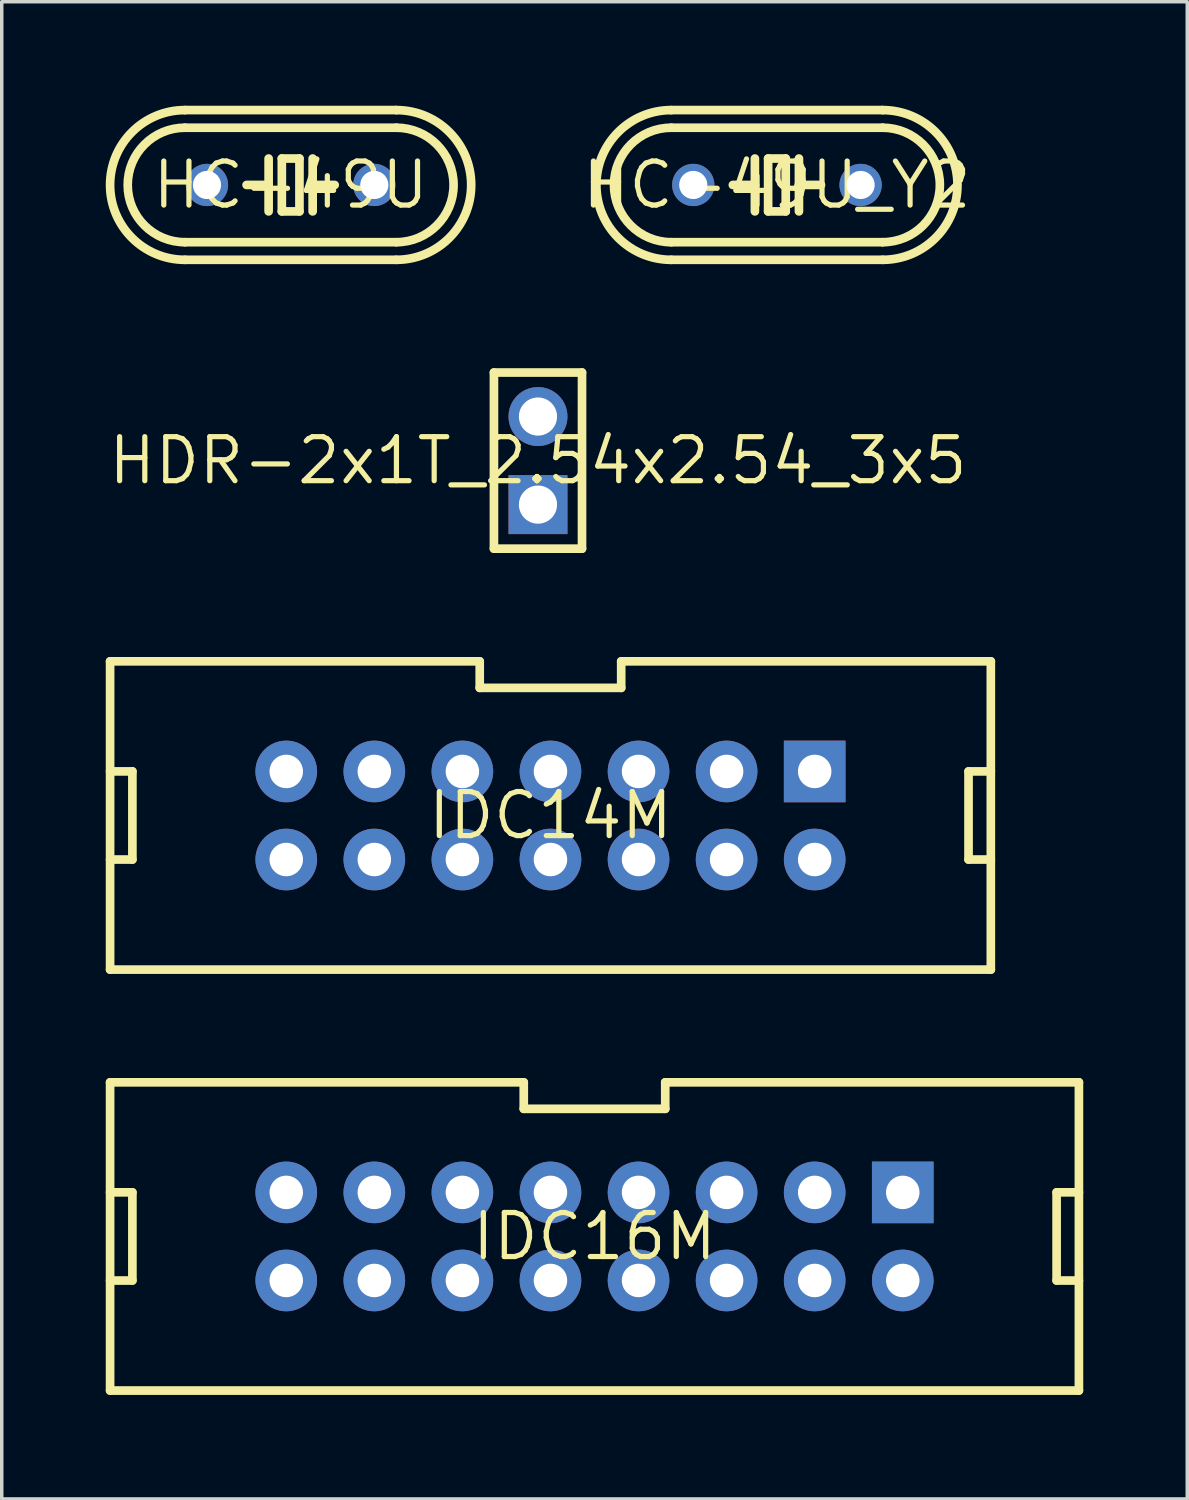
<source format=kicad_pcb>
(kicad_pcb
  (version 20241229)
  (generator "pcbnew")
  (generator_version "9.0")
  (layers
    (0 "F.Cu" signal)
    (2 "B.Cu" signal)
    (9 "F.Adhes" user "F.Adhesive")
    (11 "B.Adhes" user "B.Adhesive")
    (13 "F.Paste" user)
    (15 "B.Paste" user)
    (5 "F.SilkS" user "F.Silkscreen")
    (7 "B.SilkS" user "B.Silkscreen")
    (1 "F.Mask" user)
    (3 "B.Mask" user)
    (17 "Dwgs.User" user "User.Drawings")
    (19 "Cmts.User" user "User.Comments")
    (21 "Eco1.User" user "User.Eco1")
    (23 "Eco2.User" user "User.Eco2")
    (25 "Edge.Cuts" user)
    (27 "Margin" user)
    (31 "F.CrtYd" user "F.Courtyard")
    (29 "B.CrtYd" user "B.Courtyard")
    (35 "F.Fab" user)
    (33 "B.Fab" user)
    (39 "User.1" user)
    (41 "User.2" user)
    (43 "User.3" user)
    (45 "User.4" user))
  (footprint "HDR-2x1T_2.54x2.54_3x5"
    (layer "F.Cu")
    (at 12.465 10.233)
    (property "Reference" "HDR-2x1T_2.54x2.54_3x5" (at 0 0 0) (layer "F.SilkS") (effects (font (size 1.27 1.27) (thickness 0.15))))
    (fp_line (start -1.27 -2.54) (end 1.27 -2.54) (stroke (width 0.25) (type solid)) (layer "F.SilkS"))
    (fp_line (start -1.27 2.54) (end -1.27 -2.54) (stroke (width 0.25) (type solid)) (layer "F.SilkS"))
    (fp_line (start 1.27 -2.54) (end 1.27 2.54) (stroke (width 0.25) (type solid)) (layer "F.SilkS"))
    (fp_line (start 1.27 2.54) (end -1.27 2.54) (stroke (width 0.25) (type solid)) (layer "F.SilkS"))
    (pad "1" thru_hole rect (at 0 1.27) (size 1.7 1.7) (drill 1.1) (layers "*.Cu" "*.Mask"))
    (pad "2" thru_hole circle (at 0 -1.27) (size 1.7 1.7) (drill 1.1) (layers "*.Cu" "*.Mask")))
  (footprint "IDC14M"
    (layer "F.Cu")
    (at 12.825 20.468)
    (property "Reference" "IDC14M" (at 0 0 0) (layer "F.SilkS") (effects (font (size 1.27 1.27) (thickness 0.15))))
    (fp_line (start -12.7 -4.445) (end -2.04 -4.445) (stroke (width 0.25) (type solid)) (layer "F.SilkS"))
    (fp_line (start -12.7 -1.271) (end -12.057 -1.271) (stroke (width 0.25) (type solid)) (layer "F.SilkS"))
    (fp_line (start -12.7 1.271) (end -12.057 1.271) (stroke (width 0.25) (type solid)) (layer "F.SilkS"))
    (fp_line (start -12.7 4.445) (end -12.7 -4.445) (stroke (width 0.25) (type solid)) (layer "F.SilkS"))
    (fp_line (start -12.7 4.445) (end 12.7 4.445) (stroke (width 0.25) (type solid)) (layer "F.SilkS"))
    (fp_line (start -12.057 1.271) (end -12.057 -1.271) (stroke (width 0.25) (type solid)) (layer "F.SilkS"))
    (fp_line (start -2.04 -3.68) (end -2.04 -4.445) (stroke (width 0.25) (type solid)) (layer "F.SilkS"))
    (fp_line (start -2.04 -3.68) (end 2.04 -3.68) (stroke (width 0.25) (type solid)) (layer "F.SilkS"))
    (fp_line (start 2.04 -4.445) (end 12.7 -4.445) (stroke (width 0.25) (type solid)) (layer "F.SilkS"))
    (fp_line (start 2.04 -3.68) (end 2.04 -4.445) (stroke (width 0.25) (type solid)) (layer "F.SilkS"))
    (fp_line (start 12.057 -1.271) (end 12.7 -1.271) (stroke (width 0.25) (type solid)) (layer "F.SilkS"))
    (fp_line (start 12.057 1.271) (end 12.057 -1.271) (stroke (width 0.25) (type solid)) (layer "F.SilkS"))
    (fp_line (start 12.057 1.271) (end 12.7 1.271) (stroke (width 0.25) (type solid)) (layer "F.SilkS"))
    (fp_line (start 12.7 4.445) (end 12.7 -4.445) (stroke (width 0.25) (type solid)) (layer "F.SilkS"))
    (pad "1" thru_hole rect (at 7.62 -1.27) (size 1.778 1.778) (drill 0.965) (layers "*.Cu" "*.Mask"))
    (pad "2" thru_hole circle (at 7.62 1.27) (size 1.778 1.778) (drill 0.965) (layers "*.Cu" "*.Mask"))
    (pad "3" thru_hole circle (at 5.08 -1.27) (size 1.778 1.778) (drill 0.965) (layers "*.Cu" "*.Mask"))
    (pad "4" thru_hole circle (at 5.08 1.27) (size 1.778 1.778) (drill 0.965) (layers "*.Cu" "*.Mask"))
    (pad "5" thru_hole circle (at 2.54 -1.27) (size 1.778 1.778) (drill 0.965) (layers "*.Cu" "*.Mask"))
    (pad "6" thru_hole circle (at 2.54 1.27) (size 1.778 1.778) (drill 0.965) (layers "*.Cu" "*.Mask"))
    (pad "7" thru_hole circle (at 0 -1.27) (size 1.778 1.778) (drill 0.965) (layers "*.Cu" "*.Mask"))
    (pad "8" thru_hole circle (at 0 1.27) (size 1.778 1.778) (drill 0.965) (layers "*.Cu" "*.Mask"))
    (pad "9" thru_hole circle (at -2.54 -1.27) (size 1.778 1.778) (drill 0.965) (layers "*.Cu" "*.Mask"))
    (pad "10" thru_hole circle (at -2.54 1.27) (size 1.778 1.778) (drill 0.965) (layers "*.Cu" "*.Mask"))
    (pad "11" thru_hole circle (at -5.08 -1.27) (size 1.778 1.778) (drill 0.965) (layers "*.Cu" "*.Mask"))
    (pad "12" thru_hole circle (at -5.08 1.27) (size 1.778 1.778) (drill 0.965) (layers "*.Cu" "*.Mask"))
    (pad "13" thru_hole circle (at -7.62 -1.27) (size 1.778 1.778) (drill 0.965) (layers "*.Cu" "*.Mask"))
    (pad "14" thru_hole circle (at -7.62 1.27) (size 1.778 1.778) (drill 0.965) (layers "*.Cu" "*.Mask")))
  (footprint "IDC16M"
    (layer "F.Cu")
    (at 14.095 32.608)
    (property "Reference" "IDC16M" (at 0 0 0) (layer "F.SilkS") (effects (font (size 1.27 1.27) (thickness 0.15))))
    (fp_line (start -13.97 -4.445) (end -2.04 -4.445) (stroke (width 0.25) (type solid)) (layer "F.SilkS"))
    (fp_line (start -13.97 -1.271) (end -13.327 -1.271) (stroke (width 0.25) (type solid)) (layer "F.SilkS"))
    (fp_line (start -13.97 1.271) (end -13.327 1.271) (stroke (width 0.25) (type solid)) (layer "F.SilkS"))
    (fp_line (start -13.97 4.445) (end -13.97 -4.445) (stroke (width 0.25) (type solid)) (layer "F.SilkS"))
    (fp_line (start -13.97 4.445) (end 13.97 4.445) (stroke (width 0.25) (type solid)) (layer "F.SilkS"))
    (fp_line (start -13.327 1.271) (end -13.327 -1.271) (stroke (width 0.25) (type solid)) (layer "F.SilkS"))
    (fp_line (start -2.04 -3.68) (end -2.04 -4.445) (stroke (width 0.25) (type solid)) (layer "F.SilkS"))
    (fp_line (start -2.04 -3.68) (end 2.04 -3.68) (stroke (width 0.25) (type solid)) (layer "F.SilkS"))
    (fp_line (start 2.04 -4.445) (end 13.97 -4.445) (stroke (width 0.25) (type solid)) (layer "F.SilkS"))
    (fp_line (start 2.04 -3.68) (end 2.04 -4.445) (stroke (width 0.25) (type solid)) (layer "F.SilkS"))
    (fp_line (start 13.327 -1.271) (end 13.97 -1.271) (stroke (width 0.25) (type solid)) (layer "F.SilkS"))
    (fp_line (start 13.327 1.271) (end 13.327 -1.271) (stroke (width 0.25) (type solid)) (layer "F.SilkS"))
    (fp_line (start 13.327 1.271) (end 13.97 1.271) (stroke (width 0.25) (type solid)) (layer "F.SilkS"))
    (fp_line (start 13.97 4.445) (end 13.97 -4.445) (stroke (width 0.25) (type solid)) (layer "F.SilkS"))
    (pad "1" thru_hole rect (at 8.89 -1.27) (size 1.778 1.778) (drill 0.965) (layers "*.Cu" "*.Mask"))
    (pad "2" thru_hole circle (at 8.89 1.27) (size 1.778 1.778) (drill 0.965) (layers "*.Cu" "*.Mask"))
    (pad "3" thru_hole circle (at 6.35 -1.27) (size 1.778 1.778) (drill 0.965) (layers "*.Cu" "*.Mask"))
    (pad "4" thru_hole circle (at 6.35 1.27) (size 1.778 1.778) (drill 0.965) (layers "*.Cu" "*.Mask"))
    (pad "5" thru_hole circle (at 3.81 -1.27) (size 1.778 1.778) (drill 0.965) (layers "*.Cu" "*.Mask"))
    (pad "6" thru_hole circle (at 3.81 1.27) (size 1.778 1.778) (drill 0.965) (layers "*.Cu" "*.Mask"))
    (pad "7" thru_hole circle (at 1.27 -1.27) (size 1.778 1.778) (drill 0.965) (layers "*.Cu" "*.Mask"))
    (pad "8" thru_hole circle (at 1.27 1.27) (size 1.778 1.778) (drill 0.965) (layers "*.Cu" "*.Mask"))
    (pad "9" thru_hole circle (at -1.27 -1.27) (size 1.778 1.778) (drill 0.965) (layers "*.Cu" "*.Mask"))
    (pad "10" thru_hole circle (at -1.27 1.27) (size 1.778 1.778) (drill 0.965) (layers "*.Cu" "*.Mask"))
    (pad "11" thru_hole circle (at -3.81 -1.27) (size 1.778 1.778) (drill 0.965) (layers "*.Cu" "*.Mask"))
    (pad "12" thru_hole circle (at -3.81 1.27) (size 1.778 1.778) (drill 0.965) (layers "*.Cu" "*.Mask"))
    (pad "13" thru_hole circle (at -6.35 -1.27) (size 1.778 1.778) (drill 0.965) (layers "*.Cu" "*.Mask"))
    (pad "14" thru_hole circle (at -6.35 1.27) (size 1.778 1.778) (drill 0.965) (layers "*.Cu" "*.Mask"))
    (pad "15" thru_hole circle (at -8.89 -1.27) (size 1.778 1.778) (drill 0.965) (layers "*.Cu" "*.Mask"))
    (pad "16" thru_hole circle (at -8.89 1.27) (size 1.778 1.778) (drill 0.965) (layers "*.Cu" "*.Mask")))
  (footprint "HC-49U"
    (layer "F.Cu")
    (at 5.332 2.284)
    (property "Reference" "HC-49U" (at 0 0 0) (layer "F.SilkS") (effects (font (size 1.27 1.27) (thickness 0.15))))
    (fp_line (start -3.048 -2.159) (end 3.048 -2.159) (stroke (width 0.25) (type solid)) (layer "F.SilkS"))
    (fp_line (start -3.048 1.651) (end 3.048 1.651) (stroke (width 0.25) (type solid)) (layer "F.SilkS"))
    (fp_line (start -3.048 2.159) (end 3.048 2.159) (stroke (width 0.25) (type solid)) (layer "F.SilkS"))
    (fp_line (start -0.635 -0.762) (end -0.635 0) (stroke (width 0.25) (type solid)) (layer "F.SilkS"))
    (fp_line (start -0.635 0) (end -1.271 0) (stroke (width 0.25) (type solid)) (layer "F.SilkS"))
    (fp_line (start -0.635 0) (end -0.635 0.762) (stroke (width 0.25) (type solid)) (layer "F.SilkS"))
    (fp_line (start -0.254 -0.762) (end 0.254 -0.762) (stroke (width 0.25) (type solid)) (layer "F.SilkS"))
    (fp_line (start -0.254 0.762) (end -0.254 -0.762) (stroke (width 0.25) (type solid)) (layer "F.SilkS"))
    (fp_line (start 0.254 -0.762) (end 0.254 0.762) (stroke (width 0.25) (type solid)) (layer "F.SilkS"))
    (fp_line (start 0.254 0.762) (end -0.254 0.762) (stroke (width 0.25) (type solid)) (layer "F.SilkS"))
    (fp_line (start 0.635 -0.762) (end 0.635 0) (stroke (width 0.25) (type solid)) (layer "F.SilkS"))
    (fp_line (start 0.635 0) (end 0.635 0.762) (stroke (width 0.25) (type solid)) (layer "F.SilkS"))
    (fp_line (start 0.635 0) (end 1.271 0) (stroke (width 0.25) (type solid)) (layer "F.SilkS"))
    (fp_line (start 3.048 -1.651) (end -3.048 -1.651) (stroke (width 0.25) (type solid)) (layer "F.SilkS"))
    (fp_arc (start -3.048 2.159) (mid -5.206822 0) (end -3.048 -2.159) (stroke (width 0.25) (type solid)) (layer "F.SilkS"))
    (fp_arc (start -3.047998 1.651) (mid -4.698415 0.000001) (end -3.048 -1.651) (stroke (width 0.25) (type solid)) (layer "F.SilkS"))
    (fp_arc (start 3.047998 -1.651) (mid 4.698415 -0.000001) (end 3.048 1.651) (stroke (width 0.25) (type solid)) (layer "F.SilkS"))
    (fp_arc (start 3.048 -2.159) (mid 5.206822 0) (end 3.048 2.159) (stroke (width 0.25) (type solid)) (layer "F.SilkS"))
    (pad "1" thru_hole circle (at -2.413 0) (size 1.219 1.219) (drill 0.813) (layers "*.Cu" "*.Mask"))
    (pad "2" thru_hole circle (at 2.413 0) (size 1.219 1.219) (drill 0.813) (layers "*.Cu" "*.Mask")))
  (footprint "HC-49U_Y2"
    (layer "F.Cu")
    (at 19.356 2.284)
    (property "Reference" "HC-49U_Y2" (at 0 0 0) (layer "F.SilkS") (effects (font (size 1.27 1.27) (thickness 0.15))))
    (fp_line (start -3.048 -2.159) (end 3.048 -2.159) (stroke (width 0.25) (type solid)) (layer "F.SilkS"))
    (fp_line (start -3.048 1.651) (end 3.048 1.651) (stroke (width 0.25) (type solid)) (layer "F.SilkS"))
    (fp_line (start -3.048 2.159) (end 3.048 2.159) (stroke (width 0.25) (type solid)) (layer "F.SilkS"))
    (fp_line (start -0.635 -0.762) (end -0.635 0) (stroke (width 0.25) (type solid)) (layer "F.SilkS"))
    (fp_line (start -0.635 0) (end -1.271 0) (stroke (width 0.25) (type solid)) (layer "F.SilkS"))
    (fp_line (start -0.635 0) (end -0.635 0.762) (stroke (width 0.25) (type solid)) (layer "F.SilkS"))
    (fp_line (start -0.254 -0.762) (end 0.254 -0.762) (stroke (width 0.25) (type solid)) (layer "F.SilkS"))
    (fp_line (start -0.254 0.762) (end -0.254 -0.762) (stroke (width 0.25) (type solid)) (layer "F.SilkS"))
    (fp_line (start 0.254 -0.762) (end 0.254 0.762) (stroke (width 0.25) (type solid)) (layer "F.SilkS"))
    (fp_line (start 0.254 0.762) (end -0.254 0.762) (stroke (width 0.25) (type solid)) (layer "F.SilkS"))
    (fp_line (start 0.635 -0.762) (end 0.635 0) (stroke (width 0.25) (type solid)) (layer "F.SilkS"))
    (fp_line (start 0.635 0) (end 0.635 0.762) (stroke (width 0.25) (type solid)) (layer "F.SilkS"))
    (fp_line (start 0.635 0) (end 1.271 0) (stroke (width 0.25) (type solid)) (layer "F.SilkS"))
    (fp_line (start 3.048 -1.651) (end -3.048 -1.651) (stroke (width 0.25) (type solid)) (layer "F.SilkS"))
    (fp_arc (start -3.048 2.159) (mid -5.206822 0) (end -3.048 -2.159) (stroke (width 0.25) (type solid)) (layer "F.SilkS"))
    (fp_arc (start -3.047998 1.651) (mid -4.698415 0.000001) (end -3.048 -1.651) (stroke (width 0.25) (type solid)) (layer "F.SilkS"))
    (fp_arc (start 3.047998 -1.651) (mid 4.698415 -0.000001) (end 3.048 1.651) (stroke (width 0.25) (type solid)) (layer "F.SilkS"))
    (fp_arc (start 3.048 -2.159) (mid 5.206822 0) (end 3.048 2.159) (stroke (width 0.25) (type solid)) (layer "F.SilkS"))
    (pad "1" thru_hole circle (at -2.413 0) (size 1.219 1.219) (drill 0.813) (layers "*.Cu" "*.Mask"))
    (pad "2" thru_hole circle (at 2.413 0) (size 1.219 1.219) (drill 0.813) (layers "*.Cu" "*.Mask")))
  (gr_rect
    (start -3 -3)
    (end 31.19 40.178)
    (stroke (width 0.1) (type default))
    (fill no)
    (layer "Edge.Cuts")))
</source>
